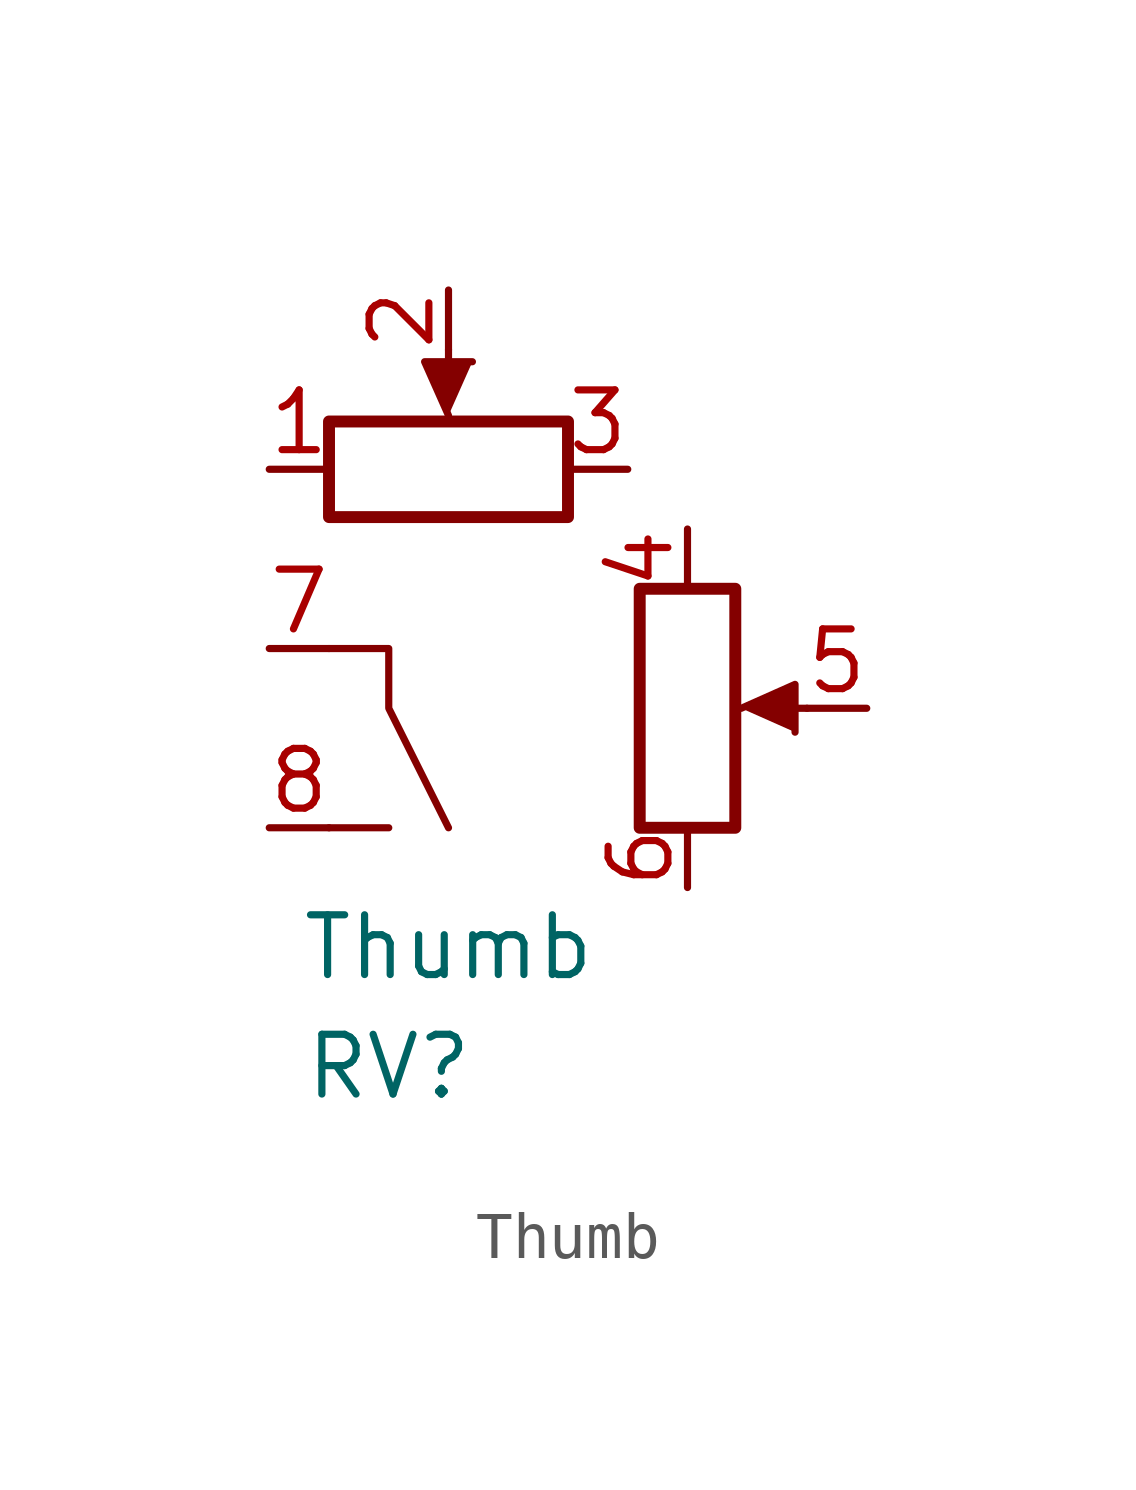
<source format=kicad_sym>
(kicad_symbol_lib
  (version 20211014)
  (generator kicad_symbol_editor)
  (symbol "Thumb"
    (pin_names
      (offset 1.016) hide)
    (property "Reference" "RV"
      (at -1.27 -7.62 0)
      (effects (font (size 1.27 1.27))))
    (property "Value" "Thumb"
      (at 0 -5.08 0)
      (effects (font (size 1.27 1.27))))
    (symbol "Thumb_0_1"
      (rectangle (start -2.54 6.096) (end 2.54 4.064) (stroke (width 0.254) (type default) (color 0 0 0 0)) (fill (type none)))
      (polyline (pts (xy -2.54 -2.54) (xy -1.27 -2.54)) (stroke (width 0) (type default) (color 0 0 0 0)) (fill (type none)))
      (polyline (pts (xy 0 7.62) (xy 0 6.604)) (stroke (width 0) (type default) (color 0 0 0 0)) (fill (type none)))
      (polyline (pts (xy 7.62 0) (xy 6.604 0)) (stroke (width 0) (type default) (color 0 0 0 0)) (fill (type none)))
      (polyline (pts (xy 0 6.223) (xy -0.508 7.366) (xy 0.508 7.366)) (stroke (width 0) (type default) (color 0 0 0 0)) (fill (type outline)))
      (polyline (pts (xy 6.223 0) (xy 7.366 0.508) (xy 7.366 -0.508)) (stroke (width 0) (type default) (color 0 0 0 0)) (fill (type outline)))
      (polyline (pts (xy -2.54 1.27) (xy -1.27 1.27) (xy -1.27 0) (xy 0 -2.54)) (stroke (width 0) (type default) (color 0 0 0 0)) (fill (type none)))
      (rectangle (start 6.096 2.54) (end 4.064 -2.54) (stroke (width 0.254) (type default) (color 0 0 0 0)) (fill (type none))))
    (symbol "Thumb_1_1"
      (pin passive line (at -3.81 5.08 0) (length 1.27) (name "1" (effects (font (size 1.27 1.27)))) (number "1" (effects (font (size 1.27 1.27)))))
      (pin passive line (at 0 8.89 270) (length 1.27) (name "2" (effects (font (size 1.27 1.27)))) (number "2" (effects (font (size 1.27 1.27)))))
      (pin passive line (at 3.81 5.08 180) (length 1.27) (name "3" (effects (font (size 1.27 1.27)))) (number "3" (effects (font (size 1.27 1.27)))))
      (pin passive line (at 5.08 3.81 270) (length 1.27) (name "4" (effects (font (size 1.27 1.27)))) (number "4" (effects (font (size 1.27 1.27)))))
      (pin passive line (at 8.89 0 180) (length 1.27) (name "5" (effects (font (size 1.27 1.27)))) (number "5" (effects (font (size 1.27 1.27)))))
      (pin passive line (at 5.08 -3.81 90) (length 1.27) (name "6" (effects (font (size 1.27 1.27)))) (number "6" (effects (font (size 1.27 1.27)))))
      (pin passive line (at -3.81 1.27 0) (length 1.27) (name "7" (effects (font (size 1.27 1.27)))) (number "7" (effects (font (size 1.27 1.27)))))
      (pin passive line (at -3.81 -2.54 0) (length 1.27) (name "8" (effects (font (size 1.27 1.27)))) (number "8" (effects (font (size 1.27 1.27))))))))
</source>
